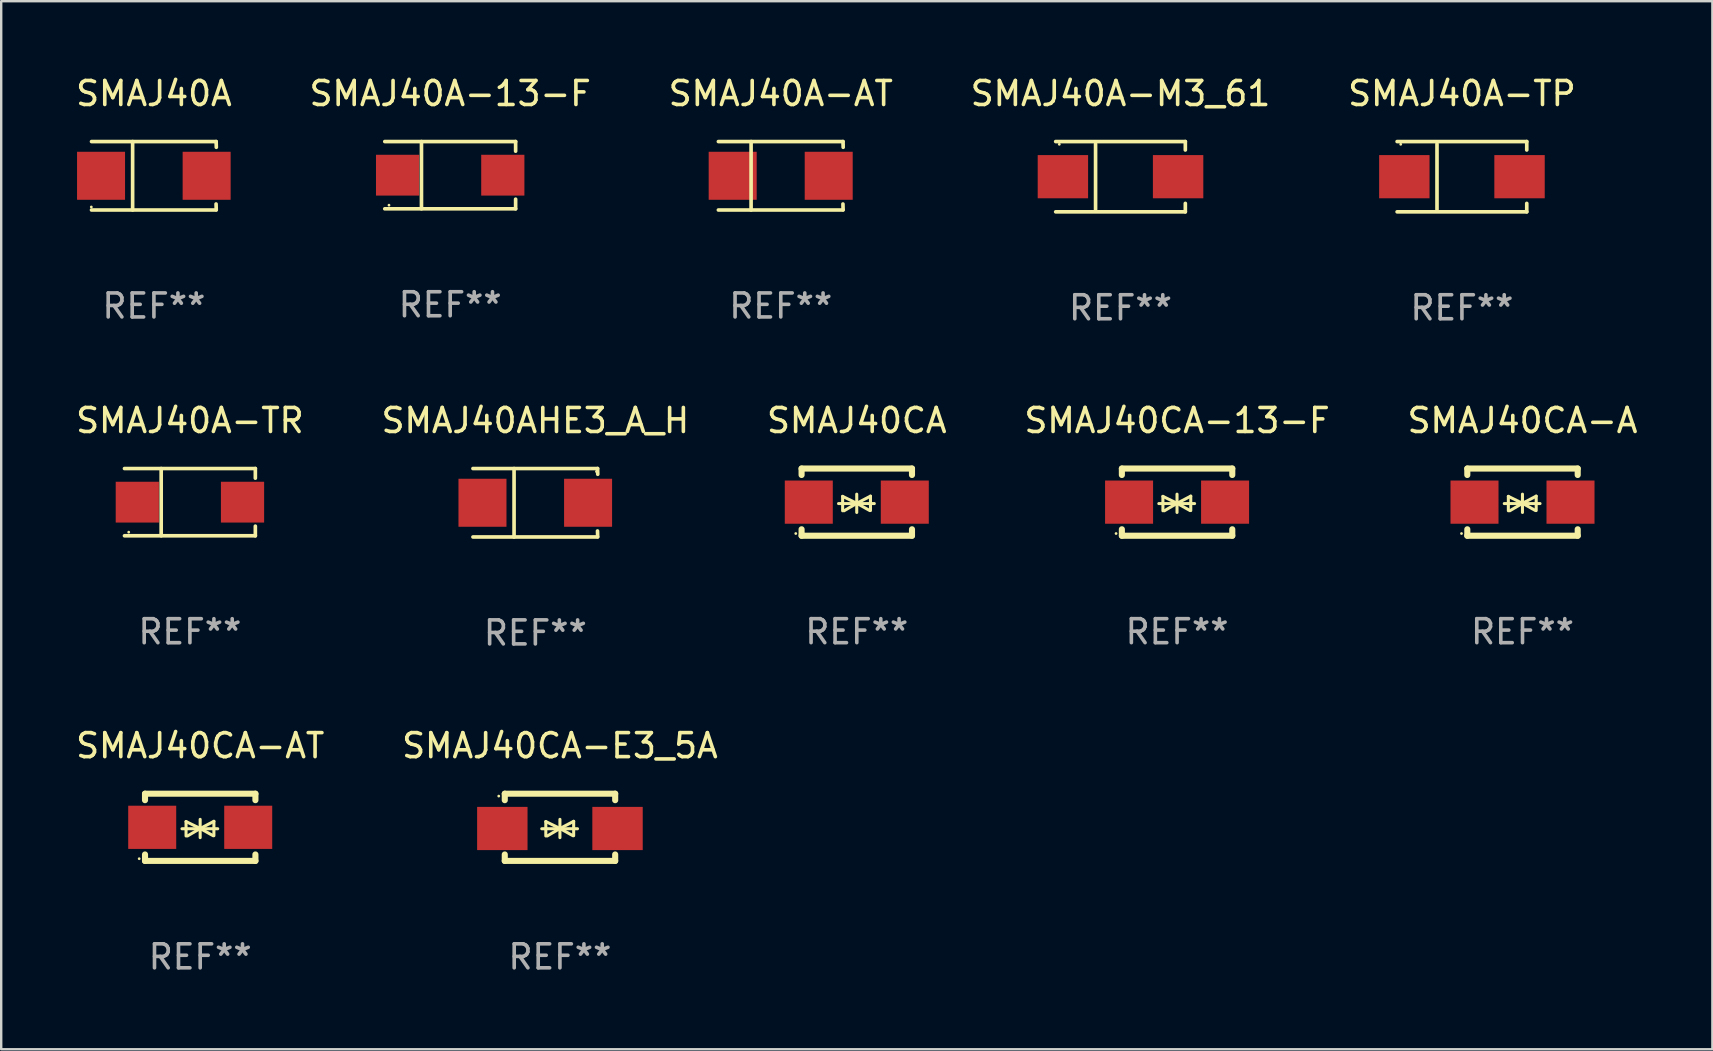
<source format=kicad_pcb>
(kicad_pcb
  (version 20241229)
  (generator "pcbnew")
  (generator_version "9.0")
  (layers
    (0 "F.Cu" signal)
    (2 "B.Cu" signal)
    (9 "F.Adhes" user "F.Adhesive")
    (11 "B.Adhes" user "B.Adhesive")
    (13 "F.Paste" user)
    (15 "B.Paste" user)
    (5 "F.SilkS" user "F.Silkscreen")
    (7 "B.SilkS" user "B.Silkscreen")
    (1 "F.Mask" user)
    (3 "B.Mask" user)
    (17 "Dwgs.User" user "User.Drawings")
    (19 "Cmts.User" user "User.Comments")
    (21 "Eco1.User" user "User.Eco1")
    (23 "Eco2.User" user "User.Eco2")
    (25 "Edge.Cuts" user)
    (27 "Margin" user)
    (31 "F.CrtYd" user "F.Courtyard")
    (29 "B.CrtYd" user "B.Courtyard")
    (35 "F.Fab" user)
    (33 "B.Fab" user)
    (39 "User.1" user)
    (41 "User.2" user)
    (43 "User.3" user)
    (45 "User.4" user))
  (footprint "SMAJ40A"
    (layer "F.Cu")
    (at 3.363 4.274)
    (property "Reference" "SMAJ40A" (at 0 -3.426 0) (layer "F.SilkS") (effects (font (size 1 1) (thickness 0.15))))
    (attr through_hole)
    (fp_line (start -2.6 -1.426) (end 2.593 -1.426) (stroke (width 0.152) (type solid)) (layer "F.SilkS"))
    (fp_line (start -2.6 1.426) (end 2.593 1.426) (stroke (width 0.152) (type solid)) (layer "F.SilkS"))
    (fp_line (start -0.887 -1.426) (end -0.887 1.426) (stroke (width 0.152) (type solid)) (layer "F.SilkS"))
    (fp_line (start 2.59 1.176) (end 2.597 1.415) (stroke (width 0.152) (type solid)) (layer "F.SilkS"))
    (fp_line (start 2.593 -1.426) (end 2.6 -1.187) (stroke (width 0.152) (type solid)) (layer "F.SilkS"))
    (fp_circle (center -2.608 1.3) (end -2.578 1.3) (stroke (width 0.06) (type solid)) (fill no) (layer "F.SilkS"))
    (fp_text user "REF**" (at 0 5.426 0) (layer "F.Fab") (effects (font (size 1 1) (thickness 0.15))))
    (pad "1" smd rect (at -2.203 0 180) (size 2 2) (layers "F.Cu" "F.Mask" "F.Paste"))
    (pad "2" smd rect (at 2.197 0 180) (size 2 2) (layers "F.Cu" "F.Mask" "F.Paste")))
  (footprint "SMAJ40A-TR"
    (layer "F.Cu")
    (at 4.863 17.873)
    (property "Reference" "SMAJ40A-TR" (at 0 -3.401 0) (layer "F.SilkS") (effects (font (size 1 1) (thickness 0.15))))
    (attr through_hole)
    (fp_line (start -2.726 -1.401) (end 2.726 -1.401) (stroke (width 0.152) (type solid)) (layer "F.SilkS"))
    (fp_line (start -2.726 1.401) (end 2.726 1.401) (stroke (width 0.152) (type solid)) (layer "F.SilkS"))
    (fp_line (start -1.197 -1.401) (end -1.197 1.401) (stroke (width 0.152) (type solid)) (layer "F.SilkS"))
    (fp_line (start 2.726 -1.401) (end 2.726 -1) (stroke (width 0.152) (type solid)) (layer "F.SilkS"))
    (fp_line (start 2.726 1.401) (end 2.726 1) (stroke (width 0.152) (type solid)) (layer "F.SilkS"))
    (fp_circle (center -2.55 1.25) (end -2.52 1.25) (stroke (width 0.06) (type solid)) (fill no) (layer "F.SilkS"))
    (fp_text user "REF**" (at 0 5.401 0) (layer "F.Fab") (effects (font (size 1 1) (thickness 0.15))))
    (pad "1" smd rect (at -2.192 0) (size 1.8 1.7) (layers "F.Cu" "F.Mask" "F.Paste"))
    (pad "2" smd rect (at 2.192 0) (size 1.8 1.7) (layers "F.Cu" "F.Mask" "F.Paste")))
  (footprint "SMAJ40A-M3_61"
    (layer "F.Cu")
    (at 43.637 4.312)
    (property "Reference" "SMAJ40A-M3_61" (at 0 -3.464 0) (layer "F.SilkS") (effects (font (size 1 1) (thickness 0.15))))
    (attr through_hole)
    (fp_line (start -2.701 -1.464) (end 2.701 -1.464) (stroke (width 0.152) (type solid)) (layer "F.SilkS"))
    (fp_line (start -2.701 1.464) (end 2.701 1.464) (stroke (width 0.152) (type solid)) (layer "F.SilkS"))
    (fp_line (start -1.039 -1.364) (end -1.039 1.364) (stroke (width 0.152) (type solid)) (layer "F.SilkS"))
    (fp_line (start 2.701 -1.464) (end 2.701 -1.113) (stroke (width 0.152) (type solid)) (layer "F.SilkS"))
    (fp_line (start 2.701 1.464) (end 2.701 1.113) (stroke (width 0.152) (type solid)) (layer "F.SilkS"))
    (fp_circle (center -2.55 -1.35) (end -2.52 -1.35) (stroke (width 0.06) (type solid)) (fill no) (layer "F.SilkS"))
    (fp_text user "REF**" (at 0 5.464 0) (layer "F.Fab") (effects (font (size 1 1) (thickness 0.15))))
    (pad "1" smd rect (at -2.4 0) (size 2.1 1.8) (layers "F.Cu" "F.Mask" "F.Paste"))
    (pad "2" smd rect (at 2.4 0) (size 2.1 1.8) (layers "F.Cu" "F.Mask" "F.Paste")))
  (footprint "SMAJ40CA-A"
    (layer "F.Cu")
    (at 60.387 17.872)
    (property "Reference" "SMAJ40CA-A" (at 0 -3.4 0) (layer "F.SilkS") (effects (font (size 1 1) (thickness 0.15))))
    (attr through_hole)
    (fp_line (start -2.3 -1.4) (end -2.3 -1.131) (stroke (width 0.254) (type solid)) (layer "F.SilkS"))
    (fp_line (start -2.3 -1.4) (end 2.3 -1.4) (stroke (width 0.254) (type solid)) (layer "F.SilkS"))
    (fp_line (start -2.3 1.131) (end -2.3 1.4) (stroke (width 0.254) (type solid)) (layer "F.SilkS"))
    (fp_line (start -2.3 1.4) (end 2.3 1.4) (stroke (width 0.254) (type solid)) (layer "F.SilkS"))
    (fp_line (start -0.76 0.06) (end 0.73 0.06) (stroke (width 0.127) (type solid)) (layer "F.SilkS"))
    (fp_line (start -0.59 -0.24) (end -0.59 0.36) (stroke (width 0.127) (type solid)) (layer "F.SilkS"))
    (fp_line (start -0.59 -0.24) (end -0.002 0.049) (stroke (width 0.127) (type solid)) (layer "F.SilkS"))
    (fp_line (start -0.53 0.36) (end -0.002 0.049) (stroke (width 0.127) (type solid)) (layer "F.SilkS"))
    (fp_line (start -0.002 0.049) (end -0.002 -0.332) (stroke (width 0.127) (type solid)) (layer "F.SilkS"))
    (fp_line (start -0.002 0.049) (end -0.002 0.43) (stroke (width 0.127) (type solid)) (layer "F.SilkS"))
    (fp_line (start 0.54 0.35) (end -0.002 0.049) (stroke (width 0.127) (type solid)) (layer "F.SilkS"))
    (fp_line (start 0.57 -0.25) (end -0.002 0.049) (stroke (width 0.127) (type solid)) (layer "F.SilkS"))
    (fp_line (start 0.57 -0.25) (end 0.57 0.35) (stroke (width 0.127) (type solid)) (layer "F.SilkS"))
    (fp_line (start 2.3 -1.4) (end 2.3 -1.131) (stroke (width 0.254) (type solid)) (layer "F.SilkS"))
    (fp_line (start 2.3 1.131) (end 2.3 1.4) (stroke (width 0.254) (type solid)) (layer "F.SilkS"))
    (fp_circle (center -2.542 1.308) (end -2.512 1.308) (stroke (width 0.06) (type solid)) (fill no) (layer "F.SilkS"))
    (fp_text user "REF**" (at 0 5.4 0) (layer "F.Fab") (effects (font (size 1 1) (thickness 0.15))))
    (pad "1" smd rect (at -2 0) (size 2 1.8) (layers "F.Cu" "F.Mask" "F.Paste"))
    (pad "2" smd rect (at 2 0) (size 2 1.8) (layers "F.Cu" "F.Mask" "F.Paste")))
  (footprint "SMAJ40A-13-F"
    (layer "F.Cu")
    (at 15.708 4.249)
    (property "Reference" "SMAJ40A-13-F" (at 0 -3.401 0) (layer "F.SilkS") (effects (font (size 1 1) (thickness 0.15))))
    (attr through_hole)
    (fp_line (start -2.726 -1.401) (end 2.726 -1.401) (stroke (width 0.152) (type solid)) (layer "F.SilkS"))
    (fp_line (start -2.726 1.401) (end 2.726 1.401) (stroke (width 0.152) (type solid)) (layer "F.SilkS"))
    (fp_line (start -1.197 -1.401) (end -1.197 1.401) (stroke (width 0.152) (type solid)) (layer "F.SilkS"))
    (fp_line (start 2.726 -1.401) (end 2.726 -1) (stroke (width 0.152) (type solid)) (layer "F.SilkS"))
    (fp_line (start 2.726 1.401) (end 2.726 1) (stroke (width 0.152) (type solid)) (layer "F.SilkS"))
    (fp_circle (center -2.55 1.25) (end -2.52 1.25) (stroke (width 0.06) (type solid)) (fill no) (layer "F.SilkS"))
    (fp_text user "REF**" (at 0 5.401 0) (layer "F.Fab") (effects (font (size 1 1) (thickness 0.15))))
    (pad "1" smd rect (at -2.192 0) (size 1.8 1.7) (layers "F.Cu" "F.Mask" "F.Paste"))
    (pad "2" smd rect (at 2.192 0) (size 1.8 1.7) (layers "F.Cu" "F.Mask" "F.Paste")))
  (footprint "SMAJ40AHE3_A_H"
    (layer "F.Cu")
    (at 19.256 17.898)
    (property "Reference" "SMAJ40AHE3_A_H" (at 0 -3.426 0) (layer "F.SilkS") (effects (font (size 1 1) (thickness 0.15))))
    (attr through_hole)
    (fp_line (start -2.6 -1.426) (end 2.593 -1.426) (stroke (width 0.152) (type solid)) (layer "F.SilkS"))
    (fp_line (start -2.6 1.426) (end 2.593 1.426) (stroke (width 0.152) (type solid)) (layer "F.SilkS"))
    (fp_line (start -0.887 -1.426) (end -0.887 1.426) (stroke (width 0.152) (type solid)) (layer "F.SilkS"))
    (fp_line (start 2.59 1.176) (end 2.597 1.415) (stroke (width 0.152) (type solid)) (layer "F.SilkS"))
    (fp_line (start 2.593 -1.426) (end 2.6 -1.187) (stroke (width 0.152) (type solid)) (layer "F.SilkS"))
    (fp_circle (center 2.547 -1.3) (end 2.577 -1.3) (stroke (width 0.06) (type solid)) (fill no) (layer "F.SilkS"))
    (fp_text user "REF**" (at 0 5.426 0) (layer "F.Fab") (effects (font (size 1 1) (thickness 0.15))))
    (pad "1" smd rect (at 2.197 -0.000025 180) (size 2 2) (layers "F.Cu" "F.Mask" "F.Paste"))
    (pad "2" smd rect (at -2.203 -0.000025 180) (size 2 2) (layers "F.Cu" "F.Mask" "F.Paste")))
  (footprint "SMAJ40CA"
    (layer "F.Cu")
    (at 32.649 17.872)
    (property "Reference" "SMAJ40CA" (at 0 -3.4 0) (layer "F.SilkS") (effects (font (size 1 1) (thickness 0.15))))
    (attr through_hole)
    (fp_line (start -2.3 -1.4) (end -2.3 -1.131) (stroke (width 0.254) (type solid)) (layer "F.SilkS"))
    (fp_line (start -2.3 -1.4) (end 2.3 -1.4) (stroke (width 0.254) (type solid)) (layer "F.SilkS"))
    (fp_line (start -2.3 1.131) (end -2.3 1.4) (stroke (width 0.254) (type solid)) (layer "F.SilkS"))
    (fp_line (start -2.3 1.4) (end 2.3 1.4) (stroke (width 0.254) (type solid)) (layer "F.SilkS"))
    (fp_line (start -0.76 0.06) (end 0.73 0.06) (stroke (width 0.127) (type solid)) (layer "F.SilkS"))
    (fp_line (start -0.59 -0.24) (end -0.59 0.36) (stroke (width 0.127) (type solid)) (layer "F.SilkS"))
    (fp_line (start -0.59 -0.24) (end -0.002 0.049) (stroke (width 0.127) (type solid)) (layer "F.SilkS"))
    (fp_line (start -0.53 0.36) (end -0.002 0.049) (stroke (width 0.127) (type solid)) (layer "F.SilkS"))
    (fp_line (start -0.002 0.049) (end -0.002 -0.332) (stroke (width 0.127) (type solid)) (layer "F.SilkS"))
    (fp_line (start -0.002 0.049) (end -0.002 0.43) (stroke (width 0.127) (type solid)) (layer "F.SilkS"))
    (fp_line (start 0.54 0.35) (end -0.002 0.049) (stroke (width 0.127) (type solid)) (layer "F.SilkS"))
    (fp_line (start 0.57 -0.25) (end -0.002 0.049) (stroke (width 0.127) (type solid)) (layer "F.SilkS"))
    (fp_line (start 0.57 -0.25) (end 0.57 0.35) (stroke (width 0.127) (type solid)) (layer "F.SilkS"))
    (fp_line (start 2.3 -1.4) (end 2.3 -1.131) (stroke (width 0.254) (type solid)) (layer "F.SilkS"))
    (fp_line (start 2.3 1.131) (end 2.3 1.4) (stroke (width 0.254) (type solid)) (layer "F.SilkS"))
    (fp_circle (center -2.542 1.308) (end -2.512 1.308) (stroke (width 0.06) (type solid)) (fill no) (layer "F.SilkS"))
    (fp_text user "REF**" (at 0 5.4 0) (layer "F.Fab") (effects (font (size 1 1) (thickness 0.15))))
    (pad "1" smd rect (at -2 0) (size 2 1.8) (layers "F.Cu" "F.Mask" "F.Paste"))
    (pad "2" smd rect (at 2 0) (size 2 1.8) (layers "F.Cu" "F.Mask" "F.Paste")))
  (footprint "SMAJ40CA-AT"
    (layer "F.Cu")
    (at 5.292 31.421)
    (property "Reference" "SMAJ40CA-AT" (at 0 -3.4 0) (layer "F.SilkS") (effects (font (size 1 1) (thickness 0.15))))
    (attr through_hole)
    (fp_line (start -2.3 -1.4) (end -2.3 -1.131) (stroke (width 0.254) (type solid)) (layer "F.SilkS"))
    (fp_line (start -2.3 -1.4) (end 2.3 -1.4) (stroke (width 0.254) (type solid)) (layer "F.SilkS"))
    (fp_line (start -2.3 1.131) (end -2.3 1.4) (stroke (width 0.254) (type solid)) (layer "F.SilkS"))
    (fp_line (start -2.3 1.4) (end 2.3 1.4) (stroke (width 0.254) (type solid)) (layer "F.SilkS"))
    (fp_line (start -0.76 0.06) (end 0.73 0.06) (stroke (width 0.127) (type solid)) (layer "F.SilkS"))
    (fp_line (start -0.59 -0.24) (end -0.59 0.36) (stroke (width 0.127) (type solid)) (layer "F.SilkS"))
    (fp_line (start -0.59 -0.24) (end -0.002 0.049) (stroke (width 0.127) (type solid)) (layer "F.SilkS"))
    (fp_line (start -0.53 0.36) (end -0.002 0.049) (stroke (width 0.127) (type solid)) (layer "F.SilkS"))
    (fp_line (start -0.002 0.049) (end -0.002 -0.332) (stroke (width 0.127) (type solid)) (layer "F.SilkS"))
    (fp_line (start -0.002 0.049) (end -0.002 0.43) (stroke (width 0.127) (type solid)) (layer "F.SilkS"))
    (fp_line (start 0.54 0.35) (end -0.002 0.049) (stroke (width 0.127) (type solid)) (layer "F.SilkS"))
    (fp_line (start 0.57 -0.25) (end -0.002 0.049) (stroke (width 0.127) (type solid)) (layer "F.SilkS"))
    (fp_line (start 0.57 -0.25) (end 0.57 0.35) (stroke (width 0.127) (type solid)) (layer "F.SilkS"))
    (fp_line (start 2.3 -1.4) (end 2.3 -1.131) (stroke (width 0.254) (type solid)) (layer "F.SilkS"))
    (fp_line (start 2.3 1.131) (end 2.3 1.4) (stroke (width 0.254) (type solid)) (layer "F.SilkS"))
    (fp_circle (center -2.542 1.308) (end -2.512 1.308) (stroke (width 0.06) (type solid)) (fill no) (layer "F.SilkS"))
    (fp_text user "REF**" (at 0 5.4 0) (layer "F.Fab") (effects (font (size 1 1) (thickness 0.15))))
    (pad "1" smd rect (at -2 0) (size 2 1.8) (layers "F.Cu" "F.Mask" "F.Paste"))
    (pad "2" smd rect (at 2 0) (size 2 1.8) (layers "F.Cu" "F.Mask" "F.Paste")))
  (footprint "SMAJ40CA-13-F"
    (layer "F.Cu")
    (at 45.994 17.872)
    (property "Reference" "SMAJ40CA-13-F" (at 0 -3.4 0) (layer "F.SilkS") (effects (font (size 1 1) (thickness 0.15))))
    (attr through_hole)
    (fp_line (start -2.3 -1.4) (end -2.3 -1.131) (stroke (width 0.254) (type solid)) (layer "F.SilkS"))
    (fp_line (start -2.3 -1.4) (end 2.3 -1.4) (stroke (width 0.254) (type solid)) (layer "F.SilkS"))
    (fp_line (start -2.3 1.131) (end -2.3 1.4) (stroke (width 0.254) (type solid)) (layer "F.SilkS"))
    (fp_line (start -2.3 1.4) (end 2.3 1.4) (stroke (width 0.254) (type solid)) (layer "F.SilkS"))
    (fp_line (start -0.76 0.06) (end 0.73 0.06) (stroke (width 0.127) (type solid)) (layer "F.SilkS"))
    (fp_line (start -0.59 -0.24) (end -0.59 0.36) (stroke (width 0.127) (type solid)) (layer "F.SilkS"))
    (fp_line (start -0.59 -0.24) (end -0.002 0.049) (stroke (width 0.127) (type solid)) (layer "F.SilkS"))
    (fp_line (start -0.53 0.36) (end -0.002 0.049) (stroke (width 0.127) (type solid)) (layer "F.SilkS"))
    (fp_line (start -0.002 0.049) (end -0.002 -0.332) (stroke (width 0.127) (type solid)) (layer "F.SilkS"))
    (fp_line (start -0.002 0.049) (end -0.002 0.43) (stroke (width 0.127) (type solid)) (layer "F.SilkS"))
    (fp_line (start 0.54 0.35) (end -0.002 0.049) (stroke (width 0.127) (type solid)) (layer "F.SilkS"))
    (fp_line (start 0.57 -0.25) (end -0.002 0.049) (stroke (width 0.127) (type solid)) (layer "F.SilkS"))
    (fp_line (start 0.57 -0.25) (end 0.57 0.35) (stroke (width 0.127) (type solid)) (layer "F.SilkS"))
    (fp_line (start 2.3 -1.4) (end 2.3 -1.131) (stroke (width 0.254) (type solid)) (layer "F.SilkS"))
    (fp_line (start 2.3 1.131) (end 2.3 1.4) (stroke (width 0.254) (type solid)) (layer "F.SilkS"))
    (fp_circle (center -2.542 1.308) (end -2.512 1.308) (stroke (width 0.06) (type solid)) (fill no) (layer "F.SilkS"))
    (fp_text user "REF**" (at 0 5.4 0) (layer "F.Fab") (effects (font (size 1 1) (thickness 0.15))))
    (pad "1" smd rect (at -2 0) (size 2 1.8) (layers "F.Cu" "F.Mask" "F.Paste"))
    (pad "2" smd rect (at 2 0) (size 2 1.8) (layers "F.Cu" "F.Mask" "F.Paste")))
  (footprint "SMAJ40A-AT"
    (layer "F.Cu")
    (at 29.482 4.274)
    (property "Reference" "SMAJ40A-AT" (at 0 -3.426 0) (layer "F.SilkS") (effects (font (size 1 1) (thickness 0.15))))
    (attr through_hole)
    (fp_line (start -2.6 -1.426) (end 2.593 -1.426) (stroke (width 0.152) (type solid)) (layer "F.SilkS"))
    (fp_line (start -2.6 1.426) (end 2.593 1.426) (stroke (width 0.152) (type solid)) (layer "F.SilkS"))
    (fp_line (start -1.237 -1.426) (end -1.237 1.426) (stroke (width 0.152) (type solid)) (layer "F.SilkS"))
    (fp_line (start 2.59 1.176) (end 2.597 1.415) (stroke (width 0.152) (type solid)) (layer "F.SilkS"))
    (fp_line (start 2.593 -1.426) (end 2.6 -1.187) (stroke (width 0.152) (type solid)) (layer "F.SilkS"))
    (fp_circle (center 2.602 -1.3) (end 2.632 -1.3) (stroke (width 0.06) (type solid)) (fill no) (layer "F.SilkS"))
    (fp_text user "REF**" (at 0 5.426 0) (layer "F.Fab") (effects (font (size 1 1) (thickness 0.15))))
    (pad "1" smd rect (at 1.997 0 180) (size 2 2) (layers "F.Cu" "F.Mask" "F.Paste"))
    (pad "2" smd rect (at -2.004 0 180) (size 2 2) (layers "F.Cu" "F.Mask" "F.Paste")))
  (footprint "SMAJ40A-TP"
    (layer "F.Cu")
    (at 57.863 4.312)
    (property "Reference" "SMAJ40A-TP" (at 0 -3.464 0) (layer "F.SilkS") (effects (font (size 1 1) (thickness 0.15))))
    (attr through_hole)
    (fp_line (start -2.701 -1.464) (end 2.701 -1.464) (stroke (width 0.152) (type solid)) (layer "F.SilkS"))
    (fp_line (start -2.701 1.464) (end 2.701 1.464) (stroke (width 0.152) (type solid)) (layer "F.SilkS"))
    (fp_line (start -1.039 -1.364) (end -1.039 1.364) (stroke (width 0.152) (type solid)) (layer "F.SilkS"))
    (fp_line (start 2.701 -1.464) (end 2.701 -1.113) (stroke (width 0.152) (type solid)) (layer "F.SilkS"))
    (fp_line (start 2.701 1.464) (end 2.701 1.113) (stroke (width 0.152) (type solid)) (layer "F.SilkS"))
    (fp_circle (center -2.55 -1.35) (end -2.52 -1.35) (stroke (width 0.06) (type solid)) (fill no) (layer "F.SilkS"))
    (fp_text user "REF**" (at 0 5.464 0) (layer "F.Fab") (effects (font (size 1 1) (thickness 0.15))))
    (pad "1" smd rect (at -2.4 0) (size 2.1 1.8) (layers "F.Cu" "F.Mask" "F.Paste"))
    (pad "2" smd rect (at 2.4 0) (size 2.1 1.8) (layers "F.Cu" "F.Mask" "F.Paste")))
  (footprint "SMAJ40CA-E3_5A"
    (layer "F.Cu")
    (at 20.28 31.421)
    (property "Reference" "SMAJ40CA-E3_5A" (at 0 -3.4 0) (layer "F.SilkS") (effects (font (size 1 1) (thickness 0.15))))
    (attr through_hole)
    (fp_line (start -2.298 -1.4) (end -2.298 -1.131) (stroke (width 0.254) (type solid)) (layer "F.SilkS"))
    (fp_line (start -2.298 -1.4) (end 2.302 -1.4) (stroke (width 0.254) (type solid)) (layer "F.SilkS"))
    (fp_line (start -2.298 1.131) (end -2.298 1.4) (stroke (width 0.254) (type solid)) (layer "F.SilkS"))
    (fp_line (start -2.298 1.4) (end 2.302 1.4) (stroke (width 0.254) (type solid)) (layer "F.SilkS"))
    (fp_line (start -0.758 0.06) (end 0.732 0.06) (stroke (width 0.127) (type solid)) (layer "F.SilkS"))
    (fp_line (start -0.588 -0.24) (end -0.588 0.36) (stroke (width 0.127) (type solid)) (layer "F.SilkS"))
    (fp_line (start -0.588 -0.24) (end 0.000025 0.049) (stroke (width 0.127) (type solid)) (layer "F.SilkS"))
    (fp_line (start -0.528 0.36) (end 0.000025 0.049) (stroke (width 0.127) (type solid)) (layer "F.SilkS"))
    (fp_line (start 0.000025 0.049) (end 0.000025 -0.332) (stroke (width 0.127) (type solid)) (layer "F.SilkS"))
    (fp_line (start 0.000025 0.049) (end 0.000025 0.43) (stroke (width 0.127) (type solid)) (layer "F.SilkS"))
    (fp_line (start 0.542 0.35) (end 0.000025 0.049) (stroke (width 0.127) (type solid)) (layer "F.SilkS"))
    (fp_line (start 0.572 -0.25) (end 0.000025 0.049) (stroke (width 0.127) (type solid)) (layer "F.SilkS"))
    (fp_line (start 0.572 -0.25) (end 0.572 0.35) (stroke (width 0.127) (type solid)) (layer "F.SilkS"))
    (fp_line (start 2.302 -1.4) (end 2.302 -1.131) (stroke (width 0.254) (type solid)) (layer "F.SilkS"))
    (fp_line (start 2.302 1.131) (end 2.302 1.4) (stroke (width 0.254) (type solid)) (layer "F.SilkS"))
    (fp_circle (center -2.549 -1.301) (end -2.519 -1.301) (stroke (width 0.06) (type solid)) (fill no) (layer "F.SilkS"))
    (fp_text user "REF**" (at 0 5.4 0) (layer "F.Fab") (effects (font (size 1 1) (thickness 0.15))))
    (pad "1" smd rect (at -2.4 0.049) (size 2.1 1.8) (layers "F.Cu" "F.Mask" "F.Paste"))
    (pad "2" smd rect (at 2.4 0.049) (size 2.1 1.8) (layers "F.Cu" "F.Mask" "F.Paste")))
  (gr_rect
    (start -3 -3)
    (end 68.298 40.669)
    (stroke (width 0.1) (type default))
    (fill no)
    (layer "Edge.Cuts")))
</source>
